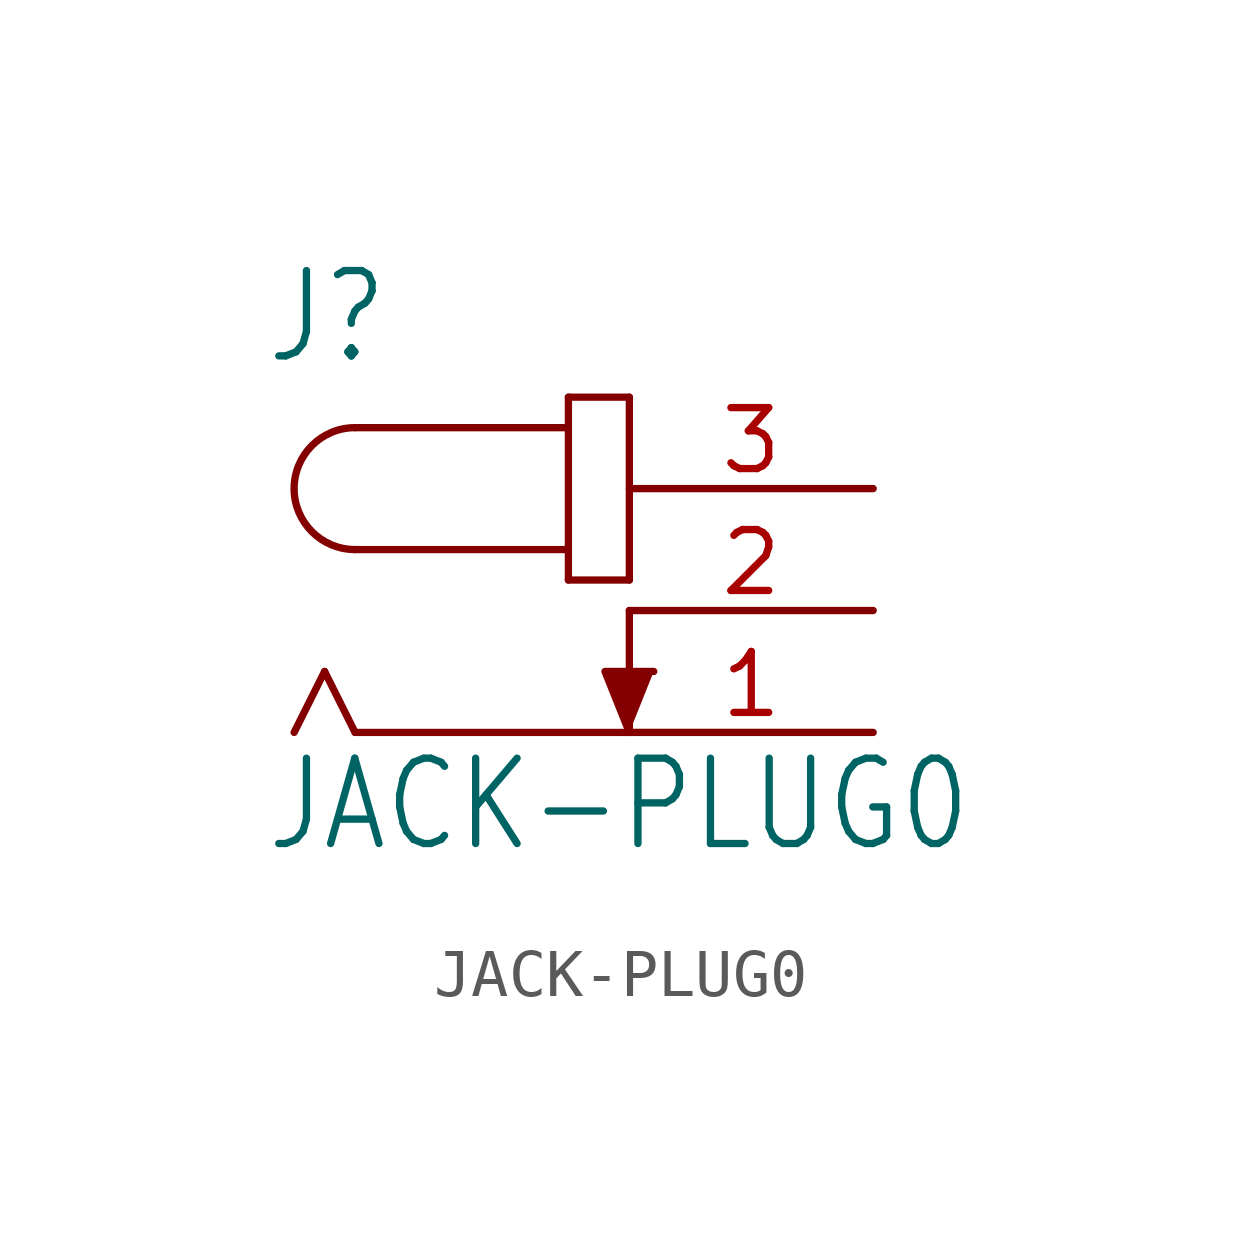
<source format=kicad_sym>
(kicad_symbol_lib
  (version 20211014)
  (generator kicad_symbol_editor)
  (symbol "JACK-PLUG0"
    (property "Reference" "J"
      (at -7.62 5.08 0)
      (effects (font (size 1.778 1.511)) (justify left bottom)))
    (property "Value" "JACK-PLUG0"
      (at -7.62 -5.08 0)
      (effects (font (size 1.778 1.511)) (justify left bottom)))
    (property "ki_locked" ""
      (at 0 0 0)
      (effects (font (size 1.27 1.27))))
    (symbol "JACK-PLUG0_1_0"
      (arc (start -5.715 3.81) (mid -6.985 2.54) (end -5.715 1.27) (stroke (width 0.1524) (type default) (color 0 0 0 0)) (fill (type none)))
      (polyline (pts (xy -6.35 -1.27) (xy -6.985 -2.54)) (stroke (width 0.152) (type default) (color 0 0 0 0)) (fill (type none)))
      (polyline (pts (xy -5.715 -2.54) (xy -6.35 -1.27)) (stroke (width 0.152) (type default) (color 0 0 0 0)) (fill (type none)))
      (polyline (pts (xy -5.715 3.81) (xy -1.27 3.81)) (stroke (width 0.152) (type default) (color 0 0 0 0)) (fill (type none)))
      (polyline (pts (xy -1.27 0.635) (xy 0 0.635)) (stroke (width 0.152) (type default) (color 0 0 0 0)) (fill (type none)))
      (polyline (pts (xy -1.27 1.27) (xy -5.715 1.27)) (stroke (width 0.152) (type default) (color 0 0 0 0)) (fill (type none)))
      (polyline (pts (xy -1.27 1.27) (xy -1.27 0.635)) (stroke (width 0.152) (type default) (color 0 0 0 0)) (fill (type none)))
      (polyline (pts (xy -1.27 3.81) (xy -1.27 1.27)) (stroke (width 0.152) (type default) (color 0 0 0 0)) (fill (type none)))
      (polyline (pts (xy -1.27 4.445) (xy -1.27 3.81)) (stroke (width 0.152) (type default) (color 0 0 0 0)) (fill (type none)))
      (polyline (pts (xy 0 -2.54) (xy -5.715 -2.54)) (stroke (width 0.152) (type default) (color 0 0 0 0)) (fill (type none)))
      (polyline (pts (xy 0 0) (xy 0 -2.54)) (stroke (width 0.152) (type default) (color 0 0 0 0)) (fill (type none)))
      (polyline (pts (xy 0 0.635) (xy 0 4.445)) (stroke (width 0.152) (type default) (color 0 0 0 0)) (fill (type none)))
      (polyline (pts (xy 0 4.445) (xy -1.27 4.445)) (stroke (width 0.152) (type default) (color 0 0 0 0)) (fill (type none)))
      (polyline (pts (xy 0 -2.54) (xy -0.508 -1.27) (xy 0.508 -1.27)) (stroke (width 0) (type default) (color 0 0 0 0)) (fill (type outline)))
      (pin passive line (at 5.08 -2.54 180) (length 5.08) (name "1" (effects (font (size 0 0)))) (number "1" (effects (font (size 1.27 1.27)))))
      (pin passive line (at 5.08 0 180) (length 5.08) (name "2" (effects (font (size 0 0)))) (number "2" (effects (font (size 1.27 1.27)))))
      (pin passive line (at 5.08 2.54 180) (length 5.08) (name "3" (effects (font (size 0 0)))) (number "3" (effects (font (size 1.27 1.27))))))))
</source>
